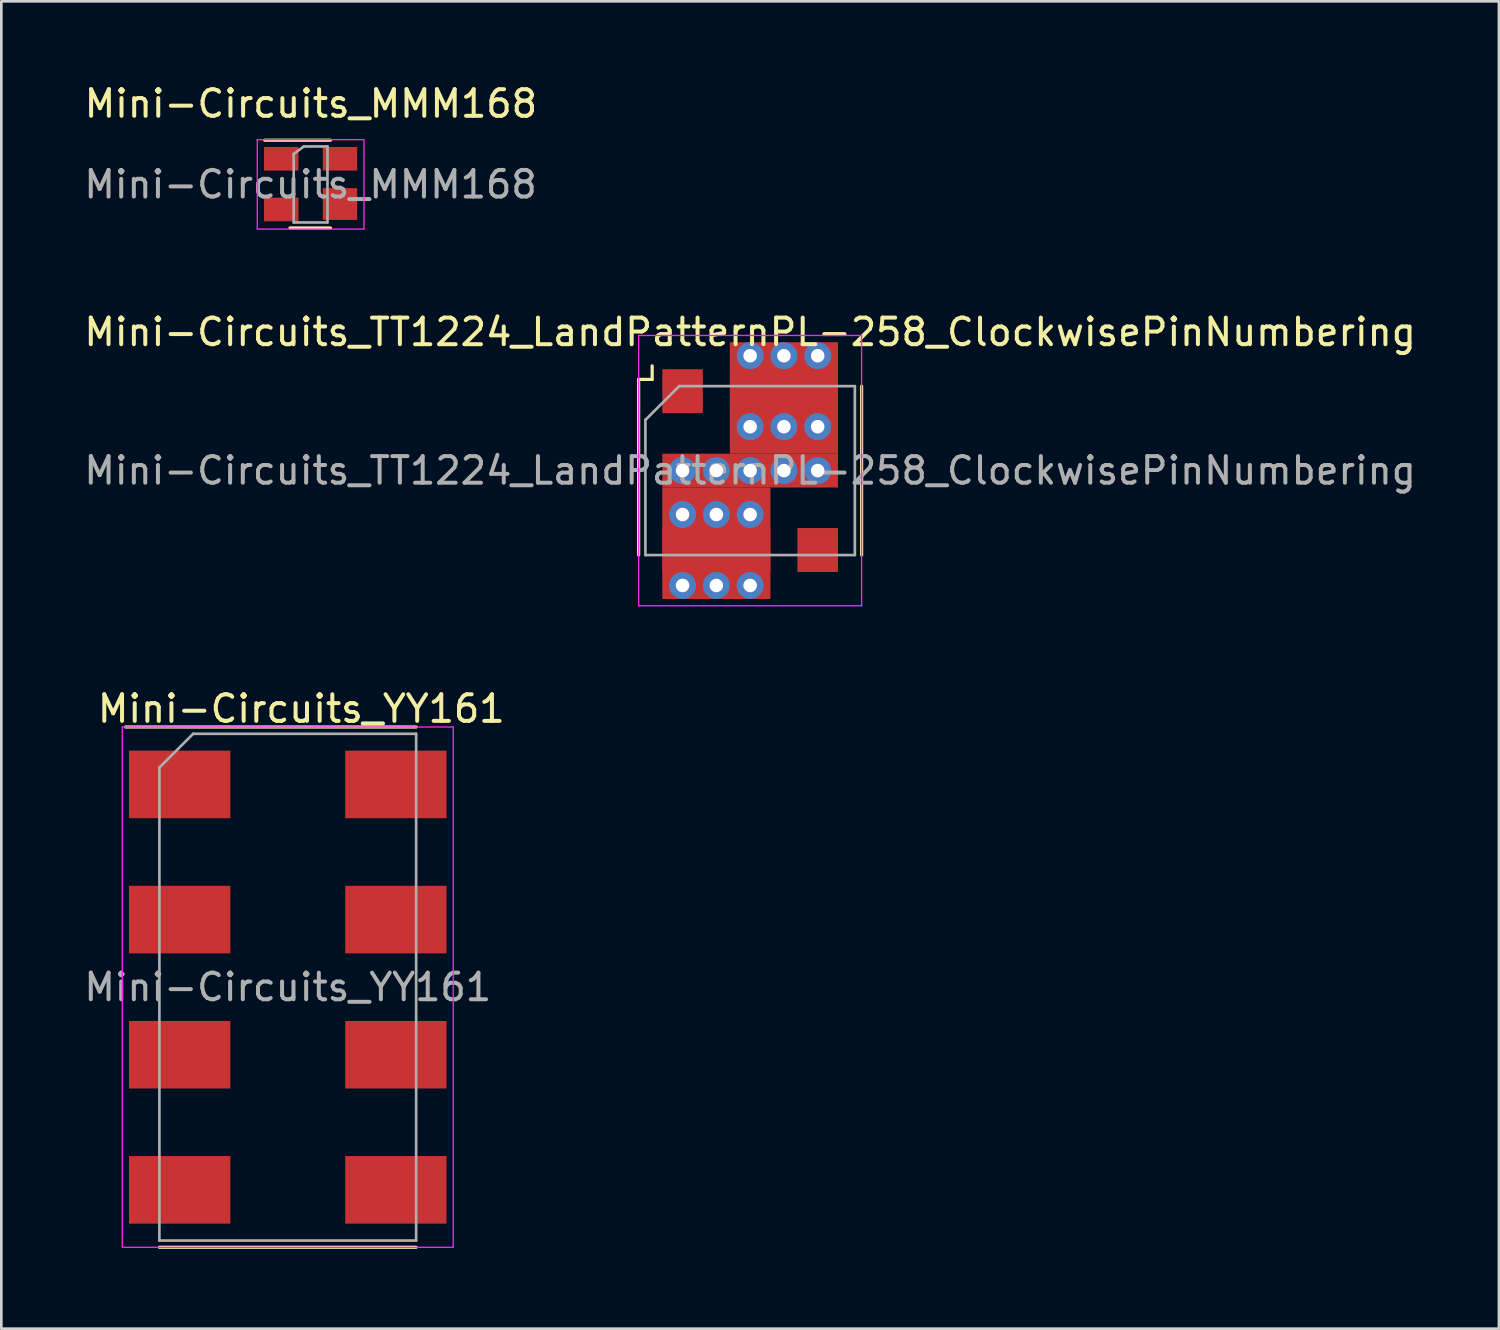
<source format=kicad_pcb>
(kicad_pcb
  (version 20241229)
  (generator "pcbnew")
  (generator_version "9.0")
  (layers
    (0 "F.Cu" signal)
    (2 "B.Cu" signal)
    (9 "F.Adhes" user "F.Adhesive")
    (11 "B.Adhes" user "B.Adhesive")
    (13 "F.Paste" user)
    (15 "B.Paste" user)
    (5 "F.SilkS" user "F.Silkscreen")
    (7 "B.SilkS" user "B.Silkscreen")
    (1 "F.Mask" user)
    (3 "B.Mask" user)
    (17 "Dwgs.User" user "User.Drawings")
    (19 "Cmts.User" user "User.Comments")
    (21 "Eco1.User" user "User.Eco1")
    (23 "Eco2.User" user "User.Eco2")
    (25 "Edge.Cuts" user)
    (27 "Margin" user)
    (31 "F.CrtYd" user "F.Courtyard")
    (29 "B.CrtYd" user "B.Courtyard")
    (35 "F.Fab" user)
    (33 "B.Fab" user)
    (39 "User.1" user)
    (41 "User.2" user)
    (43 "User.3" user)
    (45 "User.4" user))
  (footprint "Mini-Circuits_MMM168"
    (layer "F.Cu")
    (at 8.612 3.871)
    (property "Reference" "Mini-Circuits_MMM168" (at 0.025 -3.023 0) (layer "F.SilkS") (effects (font (size 1 1) (thickness 0.15))))
    (attr smd)
    (fp_line (start 0.762 -1.651) (end -1.714 -1.651) (stroke (width 0.12) (type solid)) (layer "F.SilkS"))
    (fp_line (start 0.762 1.651) (end -0.762 1.651) (stroke (width 0.12) (type solid)) (layer "F.SilkS"))
    (fp_line (start -1.99 -1.67) (end -1.99 1.69) (stroke (width 0.05) (type solid)) (layer "F.CrtYd"))
    (fp_line (start -1.99 -1.67) (end 2.02 -1.67) (stroke (width 0.05) (type solid)) (layer "F.CrtYd"))
    (fp_line (start 2.02 1.69) (end -1.99 1.69) (stroke (width 0.05) (type solid)) (layer "F.CrtYd"))
    (fp_line (start 2.02 1.69) (end 2.02 -1.67) (stroke (width 0.05) (type solid)) (layer "F.CrtYd"))
    (fp_line (start -0.622 -1.13) (end -0.241 -1.416) (stroke (width 0.1) (type solid)) (layer "F.Fab"))
    (fp_line (start -0.622 1.441) (end -0.622 -1.13) (stroke (width 0.1) (type solid)) (layer "F.Fab"))
    (fp_line (start -0.241 -1.416) (end 0.648 -1.416) (stroke (width 0.1) (type solid)) (layer "F.Fab"))
    (fp_line (start 0.648 -1.416) (end 0.648 1.441) (stroke (width 0.1) (type solid)) (layer "F.Fab"))
    (fp_line (start 0.648 1.441) (end -0.622 1.441) (stroke (width 0.1) (type solid)) (layer "F.Fab"))
    (fp_text user "${REFERENCE}" (at 0.013 0.013 0) (layer "F.Fab") (effects (font (size 1 1) (thickness 0.15))))
    (pad "1" smd rect (at -1.092 -0.953 90) (size 0.889 1.295) (layers "F.Cu" "F.Mask" "F.Paste"))
    (pad "2" smd rect (at 1.118 -0.953 90) (size 0.889 1.295) (layers "F.Cu" "F.Mask" "F.Paste"))
    (pad "3" smd rect (at 1.118 0.749 90) (size 1.194 1.295) (layers "F.Cu" "F.Mask" "F.Paste"))
    (pad "4" smd rect (at -1.092 0.953 90) (size 0.889 1.295) (layers "F.Cu" "F.Mask" "F.Paste")))
  (footprint "Mini-Circuits_TT1224_LandPatternPL-258_ClockwisePinNumbering"
    (layer "F.Cu")
    (at 25.149 14.641)
    (property "Reference" "Mini-Circuits_TT1224_LandPatternPL-258_ClockwisePinNumbering" (at 0 -5.207 0) (layer "F.SilkS") (effects (font (size 1 1) (thickness 0.15))))
    (attr smd)
    (fp_line (start -4.191 -3.429) (end -3.683 -3.429) (stroke (width 0.12) (type solid)) (layer "F.SilkS"))
    (fp_line (start -4.191 3.175) (end -4.191 -3.429) (stroke (width 0.12) (type solid)) (layer "F.SilkS"))
    (fp_line (start -3.683 -3.429) (end -3.683 -3.937) (stroke (width 0.12) (type solid)) (layer "F.SilkS"))
    (fp_line (start 4.191 -3.175) (end 4.191 3.175) (stroke (width 0.12) (type solid)) (layer "F.SilkS"))
    (fp_line (start -4.19 5.08) (end -4.19 -5.08) (stroke (width 0.05) (type solid)) (layer "F.CrtYd"))
    (fp_line (start -4.19 5.08) (end 4.19 5.08) (stroke (width 0.05) (type solid)) (layer "F.CrtYd"))
    (fp_line (start 4.19 -5.08) (end -4.19 -5.08) (stroke (width 0.05) (type solid)) (layer "F.CrtYd"))
    (fp_line (start 4.19 -5.08) (end 4.19 5.08) (stroke (width 0.05) (type solid)) (layer "F.CrtYd"))
    (fp_line (start -3.937 3.175) (end -3.937 -1.905) (stroke (width 0.1) (type solid)) (layer "F.Fab"))
    (fp_line (start -2.667 -3.175) (end -3.937 -1.905) (stroke (width 0.1) (type solid)) (layer "F.Fab"))
    (fp_line (start -2.667 -3.175) (end 3.937 -3.175) (stroke (width 0.1) (type solid)) (layer "F.Fab"))
    (fp_line (start 3.937 3.175) (end -3.937 3.175) (stroke (width 0.1) (type solid)) (layer "F.Fab"))
    (fp_line (start 3.937 3.175) (end 3.937 -3.175) (stroke (width 0.1) (type solid)) (layer "F.Fab"))
    (fp_text user "${REFERENCE}" (at 0 0 180) (layer "F.Fab") (effects (font (size 1 1) (thickness 0.15))))
    (pad "1" smd rect (at -2.54 -2.985 270) (size 1.651 1.524) (layers "F.Cu" "F.Mask" "F.Paste"))
    (pad "2" thru_hole circle (at -2.54 0 90) (size 1.016 1.016) (drill 0.508) (layers "*.Cu"))
    (pad "2" thru_hole circle (at -2.54 1.651 90) (size 1.016 1.016) (drill 0.508) (layers "*.Cu"))
    (pad "2" thru_hole circle (at -2.54 4.318 90) (size 1.016 1.016) (drill 0.508) (layers "*.Cu"))
    (pad "2" thru_hole circle (at -1.27 0 90) (size 1.016 1.016) (drill 0.508) (layers "*.Cu"))
    (pad "2" thru_hole circle (at -1.27 1.651 90) (size 1.016 1.016) (drill 0.508) (layers "*.Cu"))
    (pad "2" smd rect (at -1.27 2.731 90) (size 4.191 4.064) (layers "F.Cu"))
    (pad "2" thru_hole circle (at -1.27 4.318 90) (size 1.016 1.016) (drill 0.508) (layers "*.Cu"))
    (pad "2" thru_hole circle (at 0 -4.318 90) (size 1.016 1.016) (drill 0.508) (layers "*.Cu"))
    (pad "2" smd rect (at 0 -2.985 270) (size 1.651 1.524) (layers "F.Cu" "F.Mask" "F.Paste"))
    (pad "2" thru_hole circle (at 0 -1.651 90) (size 1.016 1.016) (drill 0.508) (layers "*.Cu"))
    (pad "2" thru_hole circle (at 0 0 90) (size 1.016 1.016) (drill 0.508) (layers "*.Cu"))
    (pad "2" smd rect (at 0 0 90) (size 1.27 6.604) (layers "F.Cu"))
    (pad "2" thru_hole circle (at 0 1.651 90) (size 1.016 1.016) (drill 0.508) (layers "*.Cu"))
    (pad "2" thru_hole circle (at 0 4.318 90) (size 1.016 1.016) (drill 0.508) (layers "*.Cu"))
    (pad "2" thru_hole circle (at 1.27 -4.318 90) (size 1.016 1.016) (drill 0.508) (layers "*.Cu"))
    (pad "2" smd rect (at 1.27 -2.731 90) (size 4.191 4.064) (layers "F.Cu"))
    (pad "2" thru_hole circle (at 1.27 -1.651 90) (size 1.016 1.016) (drill 0.508) (layers "*.Cu"))
    (pad "2" thru_hole circle (at 1.27 0 90) (size 1.016 1.016) (drill 0.508) (layers "*.Cu"))
    (pad "2" thru_hole circle (at 2.54 -4.318 90) (size 1.016 1.016) (drill 0.508) (layers "*.Cu"))
    (pad "2" thru_hole circle (at 2.54 -1.651 90) (size 1.016 1.016) (drill 0.508) (layers "*.Cu"))
    (pad "2" thru_hole circle (at 2.54 0 90) (size 1.016 1.016) (drill 0.508) (layers "*.Cu"))
    (pad "3" smd rect (at 2.54 -2.985 270) (size 1.651 1.524) (layers "F.Cu" "F.Mask" "F.Paste"))
    (pad "4" smd rect (at 2.54 2.985 90) (size 1.651 1.524) (layers "F.Cu" "F.Mask" "F.Paste"))
    (pad "5" smd rect (at 0 2.985 90) (size 1.651 1.524) (layers "F.Cu" "F.Mask" "F.Paste"))
    (pad "6" smd rect (at -2.54 2.985 90) (size 1.651 1.524) (layers "F.Cu" "F.Mask" "F.Paste")))
  (footprint "Mini-Circuits_YY161"
    (layer "F.Cu")
    (at 7.768 34.059)
    (property "Reference" "Mini-Circuits_YY161" (at 0.508 -10.465 0) (layer "F.SilkS") (effects (font (size 1 1) (thickness 0.15))))
    (attr smd)
    (fp_line (start -4.826 9.779) (end 4.826 9.779) (stroke (width 0.12) (type solid)) (layer "F.SilkS"))
    (fp_line (start 4.826 -9.779) (end -6.096 -9.779) (stroke (width 0.12) (type solid)) (layer "F.SilkS"))
    (fp_line (start -6.22 -9.78) (end -6.22 9.78) (stroke (width 0.05) (type solid)) (layer "F.CrtYd"))
    (fp_line (start -6.22 -9.78) (end 6.22 -9.78) (stroke (width 0.05) (type solid)) (layer "F.CrtYd"))
    (fp_line (start 6.22 9.78) (end -6.22 9.78) (stroke (width 0.05) (type solid)) (layer "F.CrtYd"))
    (fp_line (start 6.22 9.78) (end 6.22 -9.78) (stroke (width 0.05) (type solid)) (layer "F.CrtYd"))
    (fp_line (start -4.826 -8.255) (end -4.826 9.525) (stroke (width 0.1) (type solid)) (layer "F.Fab"))
    (fp_line (start -3.556 -9.525) (end -4.826 -8.255) (stroke (width 0.1) (type solid)) (layer "F.Fab"))
    (fp_line (start 4.826 -9.525) (end -3.556 -9.525) (stroke (width 0.1) (type solid)) (layer "F.Fab"))
    (fp_line (start 4.826 9.525) (end -4.826 9.525) (stroke (width 0.1) (type solid)) (layer "F.Fab"))
    (fp_line (start 4.826 9.525) (end 4.826 -9.525) (stroke (width 0.1) (type solid)) (layer "F.Fab"))
    (fp_text user "${REFERENCE}" (at 0 0 0) (layer "F.Fab") (effects (font (size 1 1) (thickness 0.15))))
    (pad "1" smd rect (at -4.064 -7.62 270) (size 2.54 3.81) (layers "F.Cu" "F.Mask" "F.Paste"))
    (pad "2" smd rect (at 4.064 -7.62 270) (size 2.54 3.81) (layers "F.Cu" "F.Mask" "F.Paste"))
    (pad "3" smd rect (at -4.064 -2.54 270) (size 2.54 3.81) (layers "F.Cu" "F.Mask" "F.Paste"))
    (pad "4" smd rect (at 4.064 -2.54 270) (size 2.54 3.81) (layers "F.Cu" "F.Mask" "F.Paste"))
    (pad "5" smd rect (at -4.064 2.54 270) (size 2.54 3.81) (layers "F.Cu" "F.Mask" "F.Paste"))
    (pad "6" smd rect (at 4.064 2.54 270) (size 2.54 3.81) (layers "F.Cu" "F.Mask" "F.Paste"))
    (pad "7" smd rect (at -4.064 7.62 270) (size 2.54 3.81) (layers "F.Cu" "F.Mask" "F.Paste"))
    (pad "8" smd rect (at 4.064 7.62 270) (size 2.54 3.81) (layers "F.Cu" "F.Mask" "F.Paste")))
  (gr_rect
    (start -3 -3)
    (end 53.298 46.898)
    (stroke (width 0.1) (type default))
    (fill no)
    (layer "Edge.Cuts")))
</source>
